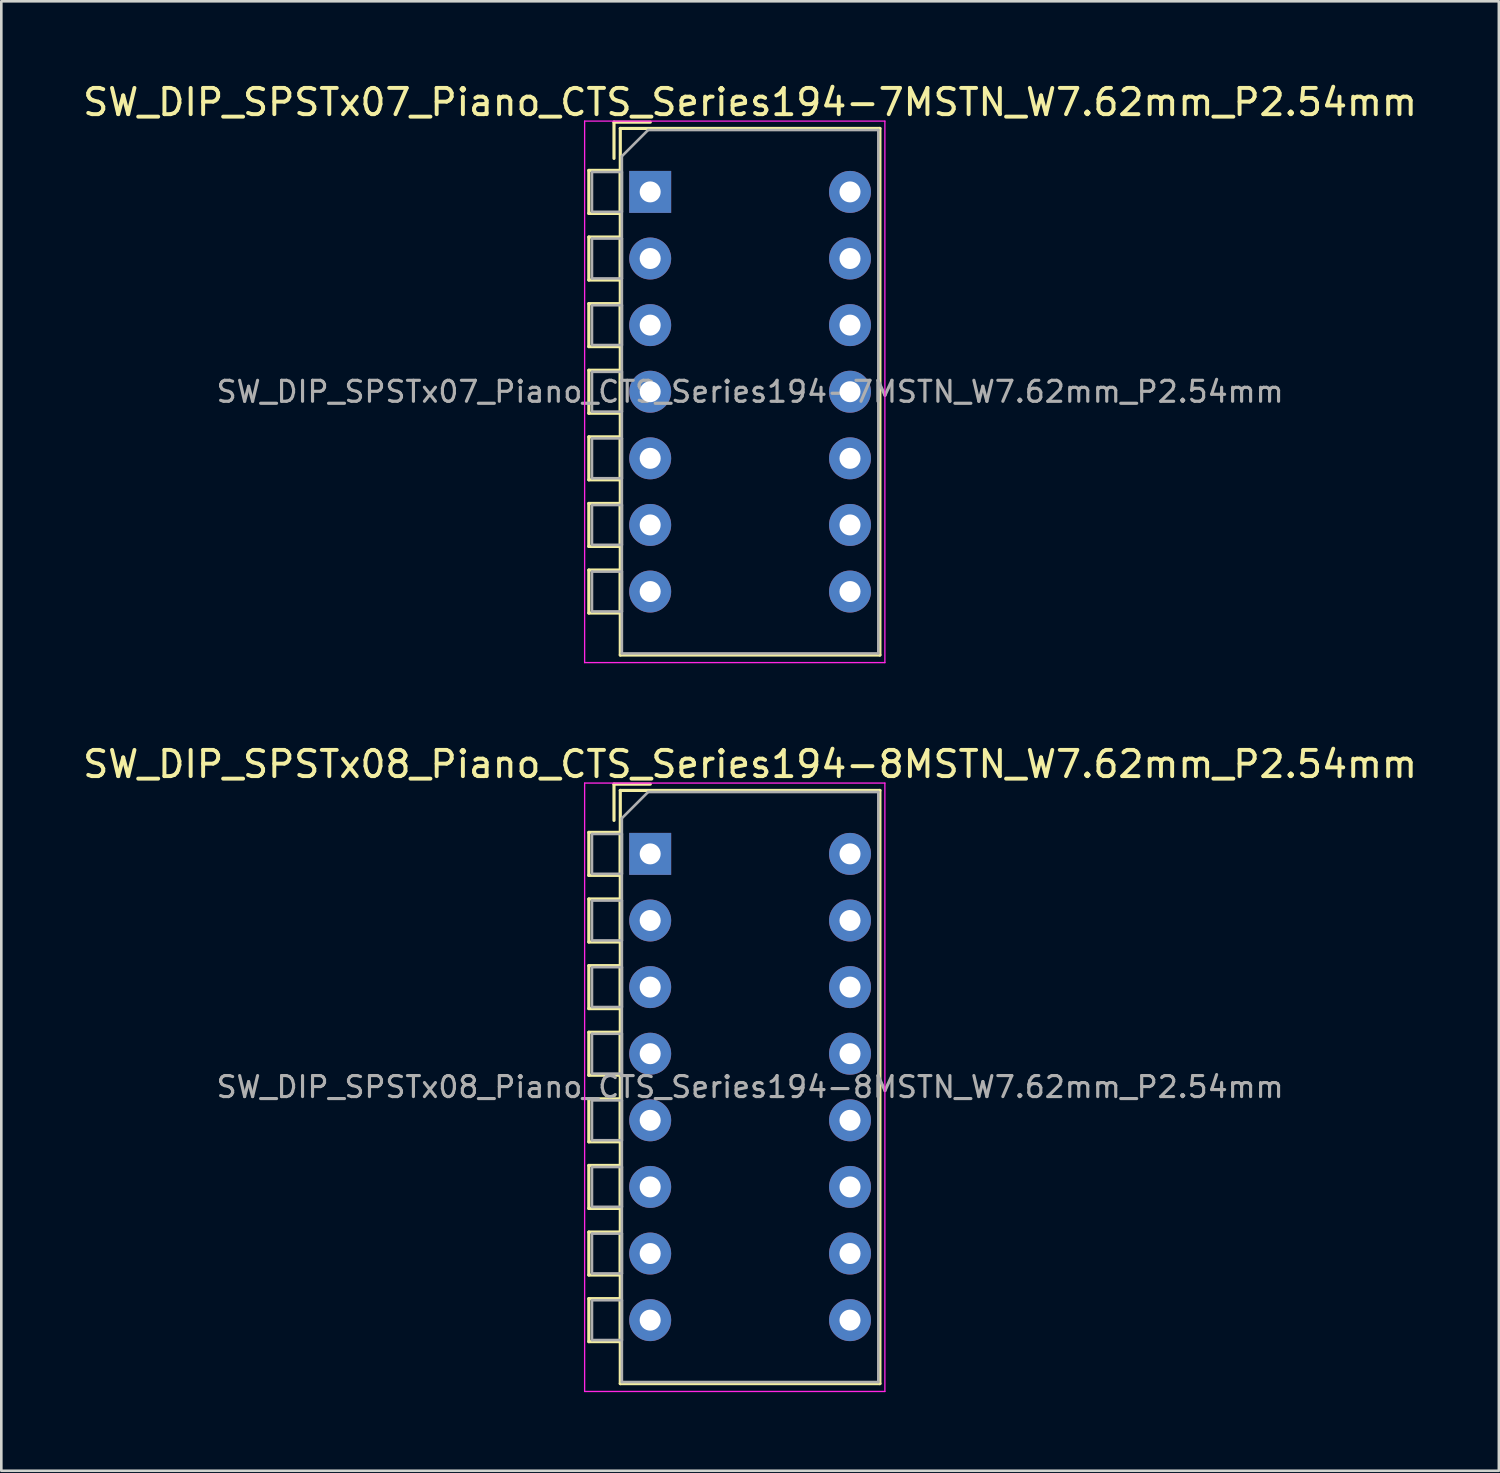
<source format=kicad_pcb>
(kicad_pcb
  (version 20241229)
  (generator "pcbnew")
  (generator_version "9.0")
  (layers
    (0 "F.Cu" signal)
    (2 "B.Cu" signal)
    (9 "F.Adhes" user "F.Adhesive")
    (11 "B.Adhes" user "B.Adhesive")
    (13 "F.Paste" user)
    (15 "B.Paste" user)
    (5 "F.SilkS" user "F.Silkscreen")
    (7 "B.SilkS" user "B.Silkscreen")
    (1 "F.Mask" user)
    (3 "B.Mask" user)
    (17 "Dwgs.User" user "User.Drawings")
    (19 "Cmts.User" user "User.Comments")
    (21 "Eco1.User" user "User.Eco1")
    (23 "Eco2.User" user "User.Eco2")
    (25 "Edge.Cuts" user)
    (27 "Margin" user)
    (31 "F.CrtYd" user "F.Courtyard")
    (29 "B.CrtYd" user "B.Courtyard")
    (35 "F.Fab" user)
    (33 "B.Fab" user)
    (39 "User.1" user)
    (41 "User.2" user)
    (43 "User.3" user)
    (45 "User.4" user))
  (footprint "SW_DIP_SPSTx07_Piano_CTS_Series194-7MSTN_W7.62mm_P2.54mm"
    (layer "F.Cu")
    (at 21.744 4.268)
    (property "Reference" "SW_DIP_SPSTx07_Piano_CTS_Series194-7MSTN_W7.62mm_P2.54mm" (at 3.81 -3.42 0) (layer "F.SilkS") (effects (font (size 1 1) (thickness 0.15))))
    (attr through_hole)
    (fp_line (start -2.34 -0.82) (end -2.34 0.82) (stroke (width 0.12) (type solid)) (layer "F.SilkS"))
    (fp_line (start -2.34 -0.82) (end -1.14 -0.82) (stroke (width 0.12) (type solid)) (layer "F.SilkS"))
    (fp_line (start -2.34 0.82) (end -1.14 0.82) (stroke (width 0.12) (type solid)) (layer "F.SilkS"))
    (fp_line (start -2.34 1.72) (end -2.34 3.361) (stroke (width 0.12) (type solid)) (layer "F.SilkS"))
    (fp_line (start -2.34 1.72) (end -1.14 1.72) (stroke (width 0.12) (type solid)) (layer "F.SilkS"))
    (fp_line (start -2.34 3.361) (end -1.14 3.361) (stroke (width 0.12) (type solid)) (layer "F.SilkS"))
    (fp_line (start -2.34 4.261) (end -2.34 5.9) (stroke (width 0.12) (type solid)) (layer "F.SilkS"))
    (fp_line (start -2.34 4.261) (end -1.14 4.261) (stroke (width 0.12) (type solid)) (layer "F.SilkS"))
    (fp_line (start -2.34 5.9) (end -1.14 5.9) (stroke (width 0.12) (type solid)) (layer "F.SilkS"))
    (fp_line (start -2.34 6.801) (end -2.34 8.441) (stroke (width 0.12) (type solid)) (layer "F.SilkS"))
    (fp_line (start -2.34 6.801) (end -1.14 6.801) (stroke (width 0.12) (type solid)) (layer "F.SilkS"))
    (fp_line (start -2.34 8.441) (end -1.14 8.441) (stroke (width 0.12) (type solid)) (layer "F.SilkS"))
    (fp_line (start -2.34 9.34) (end -2.34 10.98) (stroke (width 0.12) (type solid)) (layer "F.SilkS"))
    (fp_line (start -2.34 9.34) (end -1.14 9.34) (stroke (width 0.12) (type solid)) (layer "F.SilkS"))
    (fp_line (start -2.34 10.98) (end -1.14 10.98) (stroke (width 0.12) (type solid)) (layer "F.SilkS"))
    (fp_line (start -2.34 11.88) (end -2.34 13.52) (stroke (width 0.12) (type solid)) (layer "F.SilkS"))
    (fp_line (start -2.34 11.88) (end -1.14 11.88) (stroke (width 0.12) (type solid)) (layer "F.SilkS"))
    (fp_line (start -2.34 13.52) (end -1.14 13.52) (stroke (width 0.12) (type solid)) (layer "F.SilkS"))
    (fp_line (start -2.34 14.42) (end -2.34 16.06) (stroke (width 0.12) (type solid)) (layer "F.SilkS"))
    (fp_line (start -2.34 14.42) (end -1.14 14.42) (stroke (width 0.12) (type solid)) (layer "F.SilkS"))
    (fp_line (start -2.34 16.06) (end -1.14 16.06) (stroke (width 0.12) (type solid)) (layer "F.SilkS"))
    (fp_line (start -1.38 -2.66) (end -1.38 -1.277) (stroke (width 0.12) (type solid)) (layer "F.SilkS"))
    (fp_line (start -1.38 -2.66) (end 0.004 -2.66) (stroke (width 0.12) (type solid)) (layer "F.SilkS"))
    (fp_line (start -1.14 -2.42) (end -1.14 17.661) (stroke (width 0.12) (type solid)) (layer "F.SilkS"))
    (fp_line (start -1.14 -2.42) (end 8.76 -2.42) (stroke (width 0.12) (type solid)) (layer "F.SilkS"))
    (fp_line (start -1.14 -0.82) (end -1.14 0.82) (stroke (width 0.12) (type solid)) (layer "F.SilkS"))
    (fp_line (start -1.14 1.72) (end -1.14 3.361) (stroke (width 0.12) (type solid)) (layer "F.SilkS"))
    (fp_line (start -1.14 4.261) (end -1.14 5.9) (stroke (width 0.12) (type solid)) (layer "F.SilkS"))
    (fp_line (start -1.14 6.801) (end -1.14 8.441) (stroke (width 0.12) (type solid)) (layer "F.SilkS"))
    (fp_line (start -1.14 9.34) (end -1.14 10.98) (stroke (width 0.12) (type solid)) (layer "F.SilkS"))
    (fp_line (start -1.14 11.88) (end -1.14 13.52) (stroke (width 0.12) (type solid)) (layer "F.SilkS"))
    (fp_line (start -1.14 14.42) (end -1.14 16.06) (stroke (width 0.12) (type solid)) (layer "F.SilkS"))
    (fp_line (start -1.14 17.661) (end 8.76 17.661) (stroke (width 0.12) (type solid)) (layer "F.SilkS"))
    (fp_line (start 8.76 -2.42) (end 8.76 17.661) (stroke (width 0.12) (type solid)) (layer "F.SilkS"))
    (fp_line (start -2.5 -2.7) (end -2.5 17.95) (stroke (width 0.05) (type solid)) (layer "F.CrtYd"))
    (fp_line (start -2.5 17.95) (end 8.95 17.95) (stroke (width 0.05) (type solid)) (layer "F.CrtYd"))
    (fp_line (start 8.95 -2.7) (end -2.5 -2.7) (stroke (width 0.05) (type solid)) (layer "F.CrtYd"))
    (fp_line (start 8.95 17.95) (end 8.95 -2.7) (stroke (width 0.05) (type solid)) (layer "F.CrtYd"))
    (fp_line (start -2.22 -0.76) (end -1.08 -0.76) (stroke (width 0.1) (type solid)) (layer "F.Fab"))
    (fp_line (start -2.22 0.76) (end -2.22 -0.76) (stroke (width 0.1) (type solid)) (layer "F.Fab"))
    (fp_line (start -2.22 1.78) (end -1.08 1.78) (stroke (width 0.1) (type solid)) (layer "F.Fab"))
    (fp_line (start -2.22 3.3) (end -2.22 1.78) (stroke (width 0.1) (type solid)) (layer "F.Fab"))
    (fp_line (start -2.22 4.32) (end -1.08 4.32) (stroke (width 0.1) (type solid)) (layer "F.Fab"))
    (fp_line (start -2.22 5.84) (end -2.22 4.32) (stroke (width 0.1) (type solid)) (layer "F.Fab"))
    (fp_line (start -2.22 6.86) (end -1.08 6.86) (stroke (width 0.1) (type solid)) (layer "F.Fab"))
    (fp_line (start -2.22 8.38) (end -2.22 6.86) (stroke (width 0.1) (type solid)) (layer "F.Fab"))
    (fp_line (start -2.22 9.4) (end -1.08 9.4) (stroke (width 0.1) (type solid)) (layer "F.Fab"))
    (fp_line (start -2.22 10.92) (end -2.22 9.4) (stroke (width 0.1) (type solid)) (layer "F.Fab"))
    (fp_line (start -2.22 11.94) (end -1.08 11.94) (stroke (width 0.1) (type solid)) (layer "F.Fab"))
    (fp_line (start -2.22 13.46) (end -2.22 11.94) (stroke (width 0.1) (type solid)) (layer "F.Fab"))
    (fp_line (start -2.22 14.48) (end -1.08 14.48) (stroke (width 0.1) (type solid)) (layer "F.Fab"))
    (fp_line (start -2.22 16) (end -2.22 14.48) (stroke (width 0.1) (type solid)) (layer "F.Fab"))
    (fp_line (start -1.08 -1.36) (end -0.08 -2.36) (stroke (width 0.1) (type solid)) (layer "F.Fab"))
    (fp_line (start -1.08 -0.76) (end -1.08 0.76) (stroke (width 0.1) (type solid)) (layer "F.Fab"))
    (fp_line (start -1.08 0.76) (end -2.22 0.76) (stroke (width 0.1) (type solid)) (layer "F.Fab"))
    (fp_line (start -1.08 1.78) (end -1.08 3.3) (stroke (width 0.1) (type solid)) (layer "F.Fab"))
    (fp_line (start -1.08 3.3) (end -2.22 3.3) (stroke (width 0.1) (type solid)) (layer "F.Fab"))
    (fp_line (start -1.08 4.32) (end -1.08 5.84) (stroke (width 0.1) (type solid)) (layer "F.Fab"))
    (fp_line (start -1.08 5.84) (end -2.22 5.84) (stroke (width 0.1) (type solid)) (layer "F.Fab"))
    (fp_line (start -1.08 6.86) (end -1.08 8.38) (stroke (width 0.1) (type solid)) (layer "F.Fab"))
    (fp_line (start -1.08 8.38) (end -2.22 8.38) (stroke (width 0.1) (type solid)) (layer "F.Fab"))
    (fp_line (start -1.08 9.4) (end -1.08 10.92) (stroke (width 0.1) (type solid)) (layer "F.Fab"))
    (fp_line (start -1.08 10.92) (end -2.22 10.92) (stroke (width 0.1) (type solid)) (layer "F.Fab"))
    (fp_line (start -1.08 11.94) (end -1.08 13.46) (stroke (width 0.1) (type solid)) (layer "F.Fab"))
    (fp_line (start -1.08 13.46) (end -2.22 13.46) (stroke (width 0.1) (type solid)) (layer "F.Fab"))
    (fp_line (start -1.08 14.48) (end -1.08 16) (stroke (width 0.1) (type solid)) (layer "F.Fab"))
    (fp_line (start -1.08 16) (end -2.22 16) (stroke (width 0.1) (type solid)) (layer "F.Fab"))
    (fp_line (start -1.08 17.6) (end -1.08 -1.36) (stroke (width 0.1) (type solid)) (layer "F.Fab"))
    (fp_line (start -0.08 -2.36) (end 8.7 -2.36) (stroke (width 0.1) (type solid)) (layer "F.Fab"))
    (fp_line (start 8.7 -2.36) (end 8.7 17.6) (stroke (width 0.1) (type solid)) (layer "F.Fab"))
    (fp_line (start 8.7 17.6) (end -1.08 17.6) (stroke (width 0.1) (type solid)) (layer "F.Fab"))
    (fp_text user "${REFERENCE}" (at 3.81 7.62 0) (layer "F.Fab") (effects (font (size 0.8 0.8) (thickness 0.12))))
    (pad "1" thru_hole rect (at 0 0) (size 1.6 1.6) (drill 0.8) (layers "*.Cu" "*.Mask"))
    (pad "2" thru_hole oval (at 0 2.54) (size 1.6 1.6) (drill 0.8) (layers "*.Cu" "*.Mask"))
    (pad "3" thru_hole oval (at 0 5.08) (size 1.6 1.6) (drill 0.8) (layers "*.Cu" "*.Mask"))
    (pad "4" thru_hole oval (at 0 7.62) (size 1.6 1.6) (drill 0.8) (layers "*.Cu" "*.Mask"))
    (pad "5" thru_hole oval (at 0 10.16) (size 1.6 1.6) (drill 0.8) (layers "*.Cu" "*.Mask"))
    (pad "6" thru_hole oval (at 0 12.7) (size 1.6 1.6) (drill 0.8) (layers "*.Cu" "*.Mask"))
    (pad "7" thru_hole oval (at 0 15.24) (size 1.6 1.6) (drill 0.8) (layers "*.Cu" "*.Mask"))
    (pad "8" thru_hole oval (at 7.62 15.24) (size 1.6 1.6) (drill 0.8) (layers "*.Cu" "*.Mask"))
    (pad "9" thru_hole oval (at 7.62 12.7) (size 1.6 1.6) (drill 0.8) (layers "*.Cu" "*.Mask"))
    (pad "10" thru_hole oval (at 7.62 10.16) (size 1.6 1.6) (drill 0.8) (layers "*.Cu" "*.Mask"))
    (pad "11" thru_hole oval (at 7.62 7.62) (size 1.6 1.6) (drill 0.8) (layers "*.Cu" "*.Mask"))
    (pad "12" thru_hole oval (at 7.62 5.08) (size 1.6 1.6) (drill 0.8) (layers "*.Cu" "*.Mask"))
    (pad "13" thru_hole oval (at 7.62 2.54) (size 1.6 1.6) (drill 0.8) (layers "*.Cu" "*.Mask"))
    (pad "14" thru_hole oval (at 7.62 0) (size 1.6 1.6) (drill 0.8) (layers "*.Cu" "*.Mask")))
  (footprint "SW_DIP_SPSTx08_Piano_CTS_Series194-8MSTN_W7.62mm_P2.54mm"
    (layer "F.Cu")
    (at 21.744 29.512)
    (property "Reference" "SW_DIP_SPSTx08_Piano_CTS_Series194-8MSTN_W7.62mm_P2.54mm" (at 3.81 -3.42 0) (layer "F.SilkS") (effects (font (size 1 1) (thickness 0.15))))
    (attr through_hole)
    (fp_line (start -2.34 -0.82) (end -2.34 0.82) (stroke (width 0.12) (type solid)) (layer "F.SilkS"))
    (fp_line (start -2.34 -0.82) (end -1.14 -0.82) (stroke (width 0.12) (type solid)) (layer "F.SilkS"))
    (fp_line (start -2.34 0.82) (end -1.14 0.82) (stroke (width 0.12) (type solid)) (layer "F.SilkS"))
    (fp_line (start -2.34 1.72) (end -2.34 3.361) (stroke (width 0.12) (type solid)) (layer "F.SilkS"))
    (fp_line (start -2.34 1.72) (end -1.14 1.72) (stroke (width 0.12) (type solid)) (layer "F.SilkS"))
    (fp_line (start -2.34 3.361) (end -1.14 3.361) (stroke (width 0.12) (type solid)) (layer "F.SilkS"))
    (fp_line (start -2.34 4.261) (end -2.34 5.9) (stroke (width 0.12) (type solid)) (layer "F.SilkS"))
    (fp_line (start -2.34 4.261) (end -1.14 4.261) (stroke (width 0.12) (type solid)) (layer "F.SilkS"))
    (fp_line (start -2.34 5.9) (end -1.14 5.9) (stroke (width 0.12) (type solid)) (layer "F.SilkS"))
    (fp_line (start -2.34 6.801) (end -2.34 8.441) (stroke (width 0.12) (type solid)) (layer "F.SilkS"))
    (fp_line (start -2.34 6.801) (end -1.14 6.801) (stroke (width 0.12) (type solid)) (layer "F.SilkS"))
    (fp_line (start -2.34 8.441) (end -1.14 8.441) (stroke (width 0.12) (type solid)) (layer "F.SilkS"))
    (fp_line (start -2.34 9.34) (end -2.34 10.98) (stroke (width 0.12) (type solid)) (layer "F.SilkS"))
    (fp_line (start -2.34 9.34) (end -1.14 9.34) (stroke (width 0.12) (type solid)) (layer "F.SilkS"))
    (fp_line (start -2.34 10.98) (end -1.14 10.98) (stroke (width 0.12) (type solid)) (layer "F.SilkS"))
    (fp_line (start -2.34 11.88) (end -2.34 13.52) (stroke (width 0.12) (type solid)) (layer "F.SilkS"))
    (fp_line (start -2.34 11.88) (end -1.14 11.88) (stroke (width 0.12) (type solid)) (layer "F.SilkS"))
    (fp_line (start -2.34 13.52) (end -1.14 13.52) (stroke (width 0.12) (type solid)) (layer "F.SilkS"))
    (fp_line (start -2.34 14.42) (end -2.34 16.06) (stroke (width 0.12) (type solid)) (layer "F.SilkS"))
    (fp_line (start -2.34 14.42) (end -1.14 14.42) (stroke (width 0.12) (type solid)) (layer "F.SilkS"))
    (fp_line (start -2.34 16.06) (end -1.14 16.06) (stroke (width 0.12) (type solid)) (layer "F.SilkS"))
    (fp_line (start -2.34 16.96) (end -2.34 18.6) (stroke (width 0.12) (type solid)) (layer "F.SilkS"))
    (fp_line (start -2.34 16.96) (end -1.14 16.96) (stroke (width 0.12) (type solid)) (layer "F.SilkS"))
    (fp_line (start -2.34 18.6) (end -1.14 18.6) (stroke (width 0.12) (type solid)) (layer "F.SilkS"))
    (fp_line (start -1.38 -2.66) (end -1.38 -1.277) (stroke (width 0.12) (type solid)) (layer "F.SilkS"))
    (fp_line (start -1.38 -2.66) (end 0.004 -2.66) (stroke (width 0.12) (type solid)) (layer "F.SilkS"))
    (fp_line (start -1.14 -2.42) (end -1.14 20.201) (stroke (width 0.12) (type solid)) (layer "F.SilkS"))
    (fp_line (start -1.14 -2.42) (end 8.76 -2.42) (stroke (width 0.12) (type solid)) (layer "F.SilkS"))
    (fp_line (start -1.14 -0.82) (end -1.14 0.82) (stroke (width 0.12) (type solid)) (layer "F.SilkS"))
    (fp_line (start -1.14 1.72) (end -1.14 3.361) (stroke (width 0.12) (type solid)) (layer "F.SilkS"))
    (fp_line (start -1.14 4.261) (end -1.14 5.9) (stroke (width 0.12) (type solid)) (layer "F.SilkS"))
    (fp_line (start -1.14 6.801) (end -1.14 8.441) (stroke (width 0.12) (type solid)) (layer "F.SilkS"))
    (fp_line (start -1.14 9.34) (end -1.14 10.98) (stroke (width 0.12) (type solid)) (layer "F.SilkS"))
    (fp_line (start -1.14 11.88) (end -1.14 13.52) (stroke (width 0.12) (type solid)) (layer "F.SilkS"))
    (fp_line (start -1.14 14.42) (end -1.14 16.06) (stroke (width 0.12) (type solid)) (layer "F.SilkS"))
    (fp_line (start -1.14 16.96) (end -1.14 18.6) (stroke (width 0.12) (type solid)) (layer "F.SilkS"))
    (fp_line (start -1.14 20.201) (end 8.76 20.201) (stroke (width 0.12) (type solid)) (layer "F.SilkS"))
    (fp_line (start 8.76 -2.42) (end 8.76 20.201) (stroke (width 0.12) (type solid)) (layer "F.SilkS"))
    (fp_line (start -2.5 -2.7) (end -2.5 20.5) (stroke (width 0.05) (type solid)) (layer "F.CrtYd"))
    (fp_line (start -2.5 20.5) (end 8.95 20.5) (stroke (width 0.05) (type solid)) (layer "F.CrtYd"))
    (fp_line (start 8.95 -2.7) (end -2.5 -2.7) (stroke (width 0.05) (type solid)) (layer "F.CrtYd"))
    (fp_line (start 8.95 20.5) (end 8.95 -2.7) (stroke (width 0.05) (type solid)) (layer "F.CrtYd"))
    (fp_line (start -2.22 -0.76) (end -1.08 -0.76) (stroke (width 0.1) (type solid)) (layer "F.Fab"))
    (fp_line (start -2.22 0.76) (end -2.22 -0.76) (stroke (width 0.1) (type solid)) (layer "F.Fab"))
    (fp_line (start -2.22 1.78) (end -1.08 1.78) (stroke (width 0.1) (type solid)) (layer "F.Fab"))
    (fp_line (start -2.22 3.3) (end -2.22 1.78) (stroke (width 0.1) (type solid)) (layer "F.Fab"))
    (fp_line (start -2.22 4.32) (end -1.08 4.32) (stroke (width 0.1) (type solid)) (layer "F.Fab"))
    (fp_line (start -2.22 5.84) (end -2.22 4.32) (stroke (width 0.1) (type solid)) (layer "F.Fab"))
    (fp_line (start -2.22 6.86) (end -1.08 6.86) (stroke (width 0.1) (type solid)) (layer "F.Fab"))
    (fp_line (start -2.22 8.38) (end -2.22 6.86) (stroke (width 0.1) (type solid)) (layer "F.Fab"))
    (fp_line (start -2.22 9.4) (end -1.08 9.4) (stroke (width 0.1) (type solid)) (layer "F.Fab"))
    (fp_line (start -2.22 10.92) (end -2.22 9.4) (stroke (width 0.1) (type solid)) (layer "F.Fab"))
    (fp_line (start -2.22 11.94) (end -1.08 11.94) (stroke (width 0.1) (type solid)) (layer "F.Fab"))
    (fp_line (start -2.22 13.46) (end -2.22 11.94) (stroke (width 0.1) (type solid)) (layer "F.Fab"))
    (fp_line (start -2.22 14.48) (end -1.08 14.48) (stroke (width 0.1) (type solid)) (layer "F.Fab"))
    (fp_line (start -2.22 16) (end -2.22 14.48) (stroke (width 0.1) (type solid)) (layer "F.Fab"))
    (fp_line (start -2.22 17.02) (end -1.08 17.02) (stroke (width 0.1) (type solid)) (layer "F.Fab"))
    (fp_line (start -2.22 18.54) (end -2.22 17.02) (stroke (width 0.1) (type solid)) (layer "F.Fab"))
    (fp_line (start -1.08 -1.36) (end -0.08 -2.36) (stroke (width 0.1) (type solid)) (layer "F.Fab"))
    (fp_line (start -1.08 -0.76) (end -1.08 0.76) (stroke (width 0.1) (type solid)) (layer "F.Fab"))
    (fp_line (start -1.08 0.76) (end -2.22 0.76) (stroke (width 0.1) (type solid)) (layer "F.Fab"))
    (fp_line (start -1.08 1.78) (end -1.08 3.3) (stroke (width 0.1) (type solid)) (layer "F.Fab"))
    (fp_line (start -1.08 3.3) (end -2.22 3.3) (stroke (width 0.1) (type solid)) (layer "F.Fab"))
    (fp_line (start -1.08 4.32) (end -1.08 5.84) (stroke (width 0.1) (type solid)) (layer "F.Fab"))
    (fp_line (start -1.08 5.84) (end -2.22 5.84) (stroke (width 0.1) (type solid)) (layer "F.Fab"))
    (fp_line (start -1.08 6.86) (end -1.08 8.38) (stroke (width 0.1) (type solid)) (layer "F.Fab"))
    (fp_line (start -1.08 8.38) (end -2.22 8.38) (stroke (width 0.1) (type solid)) (layer "F.Fab"))
    (fp_line (start -1.08 9.4) (end -1.08 10.92) (stroke (width 0.1) (type solid)) (layer "F.Fab"))
    (fp_line (start -1.08 10.92) (end -2.22 10.92) (stroke (width 0.1) (type solid)) (layer "F.Fab"))
    (fp_line (start -1.08 11.94) (end -1.08 13.46) (stroke (width 0.1) (type solid)) (layer "F.Fab"))
    (fp_line (start -1.08 13.46) (end -2.22 13.46) (stroke (width 0.1) (type solid)) (layer "F.Fab"))
    (fp_line (start -1.08 14.48) (end -1.08 16) (stroke (width 0.1) (type solid)) (layer "F.Fab"))
    (fp_line (start -1.08 16) (end -2.22 16) (stroke (width 0.1) (type solid)) (layer "F.Fab"))
    (fp_line (start -1.08 17.02) (end -1.08 18.54) (stroke (width 0.1) (type solid)) (layer "F.Fab"))
    (fp_line (start -1.08 18.54) (end -2.22 18.54) (stroke (width 0.1) (type solid)) (layer "F.Fab"))
    (fp_line (start -1.08 20.14) (end -1.08 -1.36) (stroke (width 0.1) (type solid)) (layer "F.Fab"))
    (fp_line (start -0.08 -2.36) (end 8.7 -2.36) (stroke (width 0.1) (type solid)) (layer "F.Fab"))
    (fp_line (start 8.7 -2.36) (end 8.7 20.14) (stroke (width 0.1) (type solid)) (layer "F.Fab"))
    (fp_line (start 8.7 20.14) (end -1.08 20.14) (stroke (width 0.1) (type solid)) (layer "F.Fab"))
    (fp_text user "${REFERENCE}" (at 3.81 8.89 0) (layer "F.Fab") (effects (font (size 0.8 0.8) (thickness 0.12))))
    (pad "1" thru_hole rect (at 0 0) (size 1.6 1.6) (drill 0.8) (layers "*.Cu" "*.Mask"))
    (pad "2" thru_hole oval (at 0 2.54) (size 1.6 1.6) (drill 0.8) (layers "*.Cu" "*.Mask"))
    (pad "3" thru_hole oval (at 0 5.08) (size 1.6 1.6) (drill 0.8) (layers "*.Cu" "*.Mask"))
    (pad "4" thru_hole oval (at 0 7.62) (size 1.6 1.6) (drill 0.8) (layers "*.Cu" "*.Mask"))
    (pad "5" thru_hole oval (at 0 10.16) (size 1.6 1.6) (drill 0.8) (layers "*.Cu" "*.Mask"))
    (pad "6" thru_hole oval (at 0 12.7) (size 1.6 1.6) (drill 0.8) (layers "*.Cu" "*.Mask"))
    (pad "7" thru_hole oval (at 0 15.24) (size 1.6 1.6) (drill 0.8) (layers "*.Cu" "*.Mask"))
    (pad "8" thru_hole oval (at 0 17.78) (size 1.6 1.6) (drill 0.8) (layers "*.Cu" "*.Mask"))
    (pad "9" thru_hole oval (at 7.62 17.78) (size 1.6 1.6) (drill 0.8) (layers "*.Cu" "*.Mask"))
    (pad "10" thru_hole oval (at 7.62 15.24) (size 1.6 1.6) (drill 0.8) (layers "*.Cu" "*.Mask"))
    (pad "11" thru_hole oval (at 7.62 12.7) (size 1.6 1.6) (drill 0.8) (layers "*.Cu" "*.Mask"))
    (pad "12" thru_hole oval (at 7.62 10.16) (size 1.6 1.6) (drill 0.8) (layers "*.Cu" "*.Mask"))
    (pad "13" thru_hole oval (at 7.62 7.62) (size 1.6 1.6) (drill 0.8) (layers "*.Cu" "*.Mask"))
    (pad "14" thru_hole oval (at 7.62 5.08) (size 1.6 1.6) (drill 0.8) (layers "*.Cu" "*.Mask"))
    (pad "15" thru_hole oval (at 7.62 2.54) (size 1.6 1.6) (drill 0.8) (layers "*.Cu" "*.Mask"))
    (pad "16" thru_hole oval (at 7.62 0) (size 1.6 1.6) (drill 0.8) (layers "*.Cu" "*.Mask")))
  (gr_rect
    (start -3 -3)
    (end 54.107 53.036)
    (stroke (width 0.1) (type default))
    (fill no)
    (layer "Edge.Cuts")))
</source>
